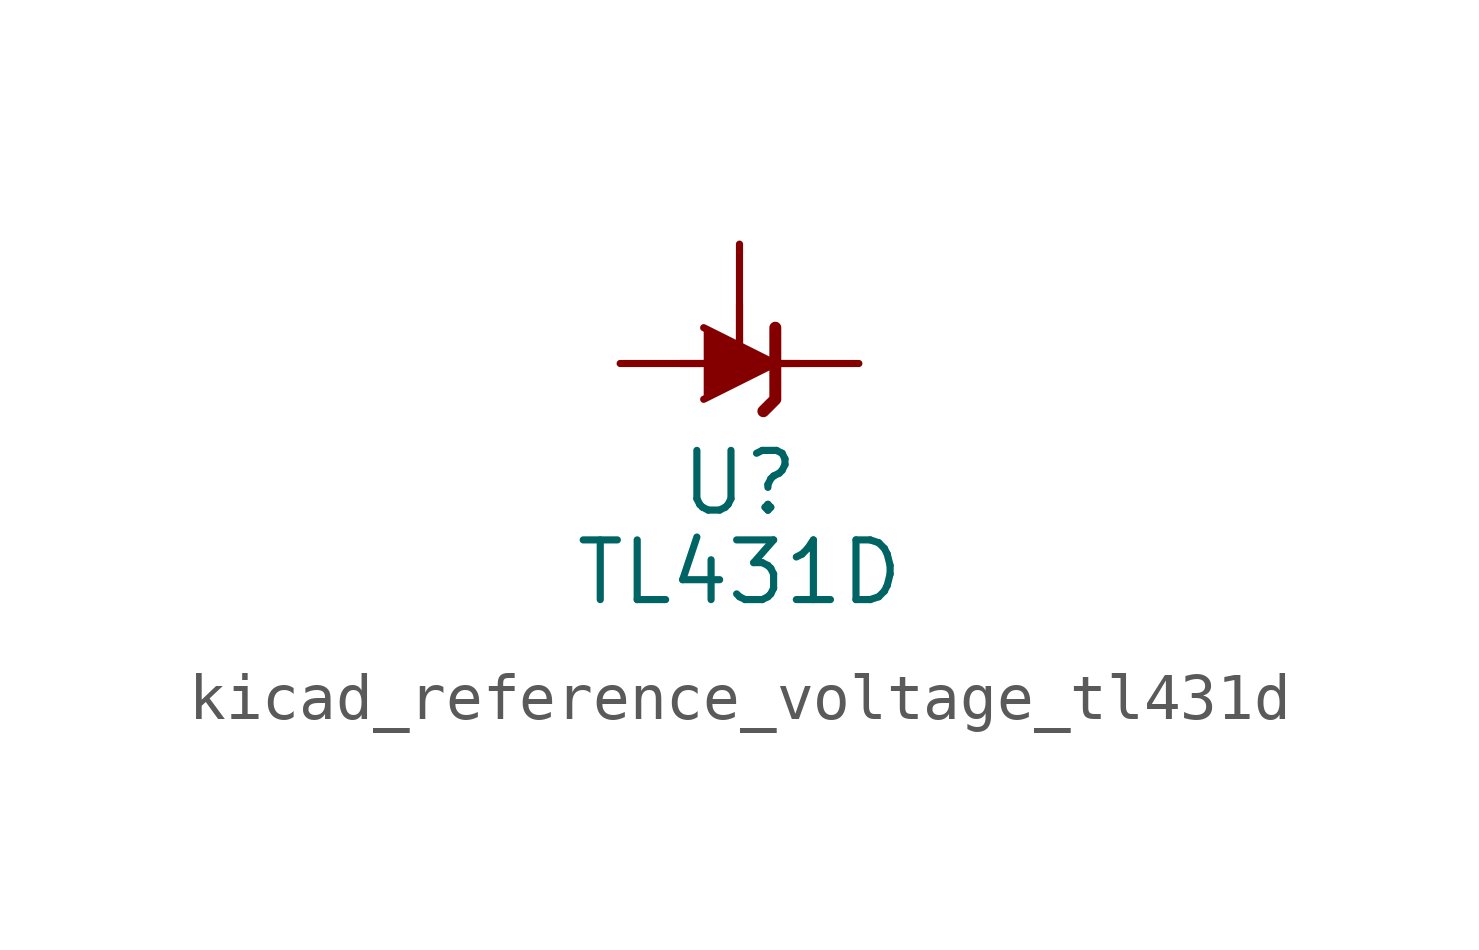
<source format=kicad_sym>
(kicad_symbol_lib
  (version 20220914)
  (generator kicad_symbol_editor)
  (symbol "kicad_reference_voltage_tl431d"
    (pin_numbers hide)
    (pin_names hide)
    (property "Reference" "U"
      (at 0 -2.54 0)
      (effects (font (size 1.27 1.27))))
    (property "Value" "TL431D"
      (at 0 -4.445 0)
      (effects (font (size 1.27 1.27))))
    (symbol "kicad_reference_voltage_tl431d_0_1"
      (polyline (pts (xy -1.27 0) (xy 0 0) (xy 1.27 0)) (stroke (width 0) (type default)) (fill (type none)))
      (polyline (pts (xy -0.762 0.762) (xy 0.762 0) (xy -0.762 -0.762)) (stroke (width 0) (type default)) (fill (type outline)))
      (polyline (pts (xy 0.508 -1.016) (xy 0.762 -0.762) (xy 0.762 0.762) (xy 0.762 0.762)) (stroke (width 0.254) (type default)) (fill (type none))))
    (symbol "kicad_reference_voltage_tl431d_1_1"
      (polyline (pts (xy 0 1.27) (xy 0 0)) (stroke (width 0) (type default)) (fill (type none)))
      (pin passive line (at 2.54 0 180) (length 2.54) (name "K" (effects (font (size 1.27 1.27)))) (number "1" (effects (font (size 1.27 1.27)))))
      (pin passive line (at -2.54 0 0) (length 2.54) (name "A" (effects (font (size 1.27 1.27)))) (number "2" (effects (font (size 1.27 1.27)))))
      (pin passive line (at -2.54 0 0) (length 2.54) hide (name "A" (effects (font (size 1.27 1.27)))) (number "3" (effects (font (size 1.27 1.27)))))
      (pin passive line (at -2.54 0 0) (length 2.54) hide (name "A" (effects (font (size 1.27 1.27)))) (number "6" (effects (font (size 1.27 1.27)))))
      (pin passive line (at -2.54 0 0) (length 2.54) hide (name "A" (effects (font (size 1.27 1.27)))) (number "7" (effects (font (size 1.27 1.27)))))
      (pin passive line (at 0 2.54 270) (length 2.54) (name "REF" (effects (font (size 1.27 1.27)))) (number "8" (effects (font (size 1.27 1.27))))))))
</source>
